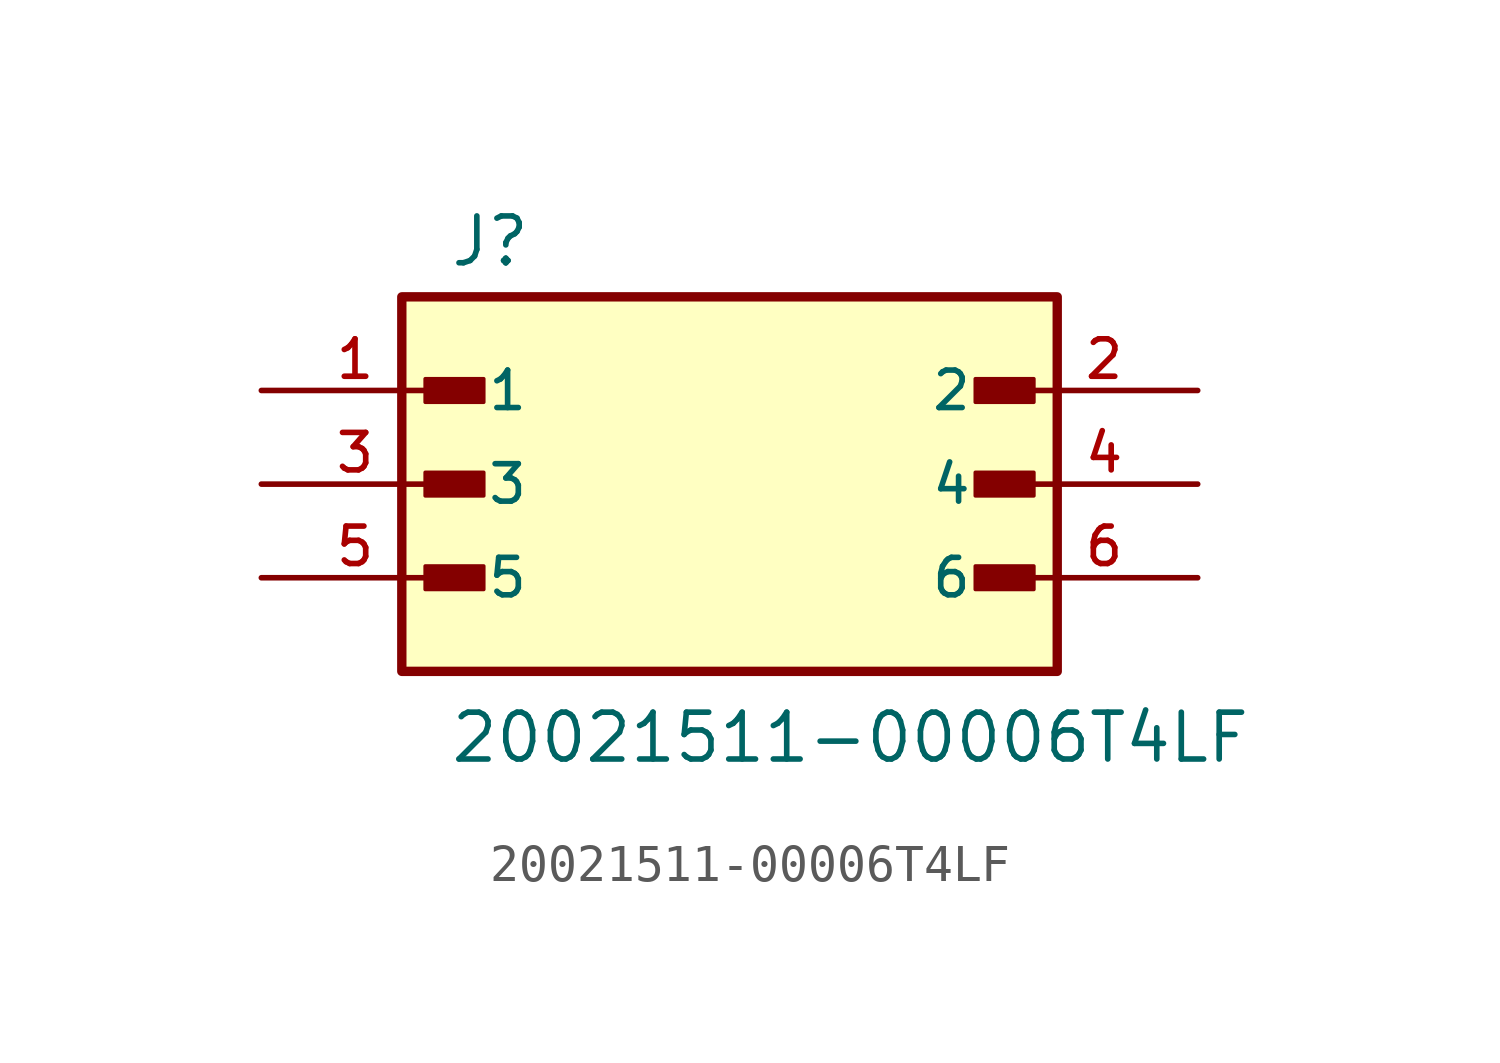
<source format=kicad_sym>
(kicad_symbol_lib
  (version 20211014)
  (generator kicad_symbol_editor)
  (symbol "20021511-00006T4LF"
    (pin_names
      (offset 1.016))
    (property "Reference" "J"
      (at -7.62 13.462 0)
      (effects (font (size 1.27 1.27)) (justify bottom left)))
    (property "Value" "20021511-00006T4LF"
      (at -7.62 0.0 0)
      (effects (font (size 1.27 1.27)) (justify bottom left)))
    (symbol "20021511-00006T4LF_0_0"
      (rectangle (start -8.255 9.842) (end -6.668 10.477) (stroke (width 0.1)) (fill (type outline)))
      (rectangle (start -8.255 7.303) (end -6.668 7.938) (stroke (width 0.1)) (fill (type outline)))
      (rectangle (start -8.255 4.763) (end -6.668 5.397) (stroke (width 0.1)) (fill (type outline)))
      (rectangle (start 6.668 4.763) (end 8.255 5.397) (stroke (width 0.1)) (fill (type outline)))
      (rectangle (start 6.668 7.303) (end 8.255 7.938) (stroke (width 0.1)) (fill (type outline)))
      (rectangle (start 6.668 9.842) (end 8.255 10.477) (stroke (width 0.1)) (fill (type outline)))
      (rectangle (start -8.89 2.54) (end 8.89 12.7) (stroke (width 0.254)) (fill (type background)))
      (pin passive line (at -12.7 10.16 0) (length 5.08) (name "1" (effects (font (size 1.016 1.016)))) (number "1" (effects (font (size 1.016 1.016)))))
      (pin passive line (at 12.7 10.16 180.0) (length 5.08) (name "2" (effects (font (size 1.016 1.016)))) (number "2" (effects (font (size 1.016 1.016)))))
      (pin passive line (at -12.7 7.62 0) (length 5.08) (name "3" (effects (font (size 1.016 1.016)))) (number "3" (effects (font (size 1.016 1.016)))))
      (pin passive line (at 12.7 7.62 180.0) (length 5.08) (name "4" (effects (font (size 1.016 1.016)))) (number "4" (effects (font (size 1.016 1.016)))))
      (pin passive line (at -12.7 5.08 0) (length 5.08) (name "5" (effects (font (size 1.016 1.016)))) (number "5" (effects (font (size 1.016 1.016)))))
      (pin passive line (at 12.7 5.08 180.0) (length 5.08) (name "6" (effects (font (size 1.016 1.016)))) (number "6" (effects (font (size 1.016 1.016))))))))
</source>
